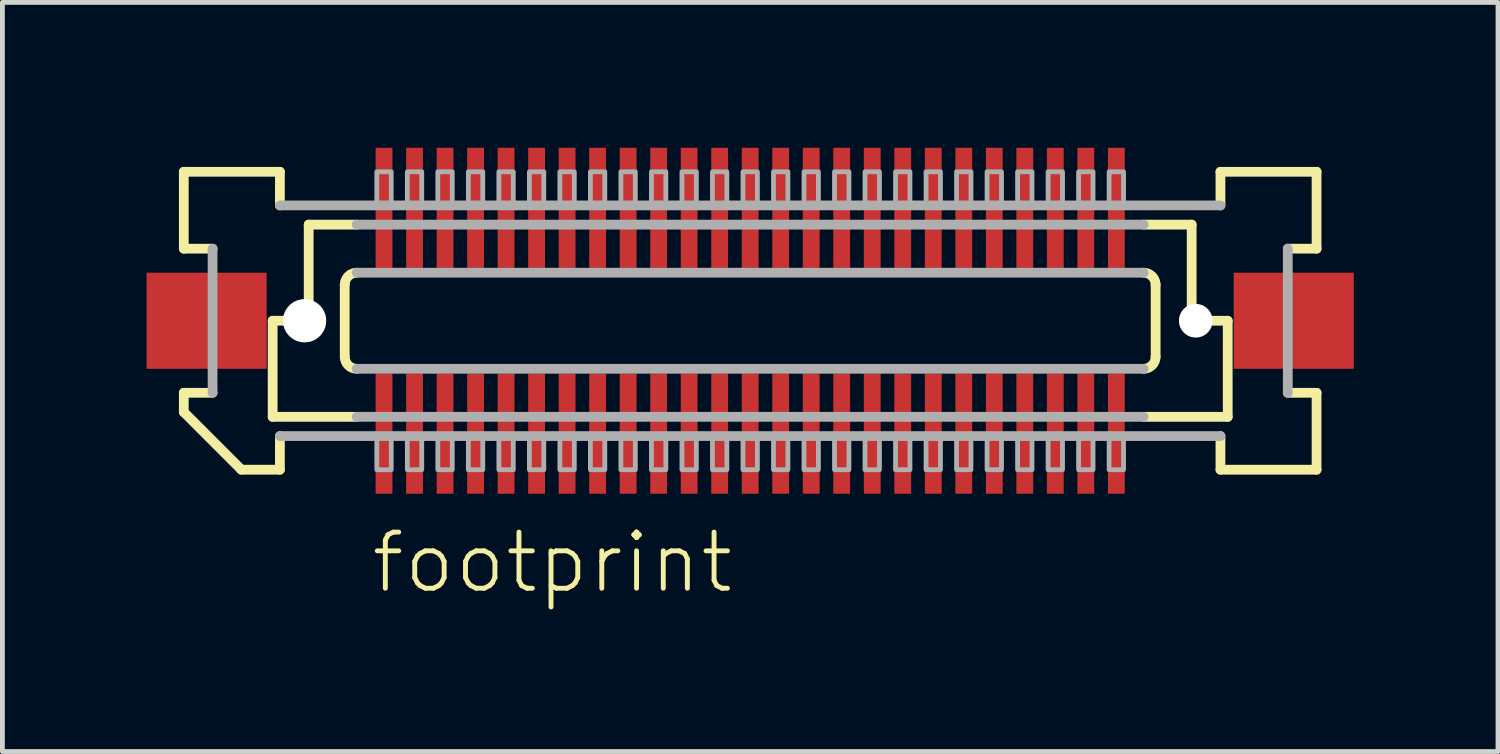
<source format=kicad_pcb>
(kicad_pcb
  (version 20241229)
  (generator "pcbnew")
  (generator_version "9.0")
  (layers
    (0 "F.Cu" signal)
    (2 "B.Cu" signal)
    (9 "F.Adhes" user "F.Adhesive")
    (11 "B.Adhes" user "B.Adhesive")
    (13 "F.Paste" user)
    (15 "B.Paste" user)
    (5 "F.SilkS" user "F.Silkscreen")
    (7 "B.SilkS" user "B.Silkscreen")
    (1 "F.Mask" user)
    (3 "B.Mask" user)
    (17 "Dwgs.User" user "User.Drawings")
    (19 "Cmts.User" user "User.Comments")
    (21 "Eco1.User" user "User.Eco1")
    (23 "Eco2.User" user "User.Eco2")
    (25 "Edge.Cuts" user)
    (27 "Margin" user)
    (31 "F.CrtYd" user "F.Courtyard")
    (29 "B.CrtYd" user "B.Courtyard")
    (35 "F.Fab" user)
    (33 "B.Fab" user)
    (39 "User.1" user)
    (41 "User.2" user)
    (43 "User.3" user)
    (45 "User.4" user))
  (footprint "footprint"
    (layer "F.Cu")
    (at 12.562 3.625)
    (property "Reference" "footprint" (at -7.938 5.715 0) (layer "F.SilkS") (effects (font (size 1.168 1.168) (thickness 0.102)) (justify left bottom)))
    (fp_poly (pts (xy -7.82 3.625) (xy -7.42 3.625) (xy -7.42 1.075) (xy -7.82 1.075)) (stroke (width 0) (type solid)) (fill yes) (layer "F.Mask"))
    (fp_poly (pts (xy -7.42 -3.625) (xy -7.82 -3.625) (xy -7.82 -1.075) (xy -7.42 -1.075)) (stroke (width 0) (type solid)) (fill yes) (layer "F.Mask"))
    (fp_poly (pts (xy -7.185 3.625) (xy -6.785 3.625) (xy -6.785 1.075) (xy -7.185 1.075)) (stroke (width 0) (type solid)) (fill yes) (layer "F.Mask"))
    (fp_poly (pts (xy -6.785 -3.625) (xy -7.185 -3.625) (xy -7.185 -1.075) (xy -6.785 -1.075)) (stroke (width 0) (type solid)) (fill yes) (layer "F.Mask"))
    (fp_poly (pts (xy -6.55 3.625) (xy -6.15 3.625) (xy -6.15 1.075) (xy -6.55 1.075)) (stroke (width 0) (type solid)) (fill yes) (layer "F.Mask"))
    (fp_poly (pts (xy -6.15 -3.625) (xy -6.55 -3.625) (xy -6.55 -1.075) (xy -6.15 -1.075)) (stroke (width 0) (type solid)) (fill yes) (layer "F.Mask"))
    (fp_poly (pts (xy -5.915 3.625) (xy -5.515 3.625) (xy -5.515 1.075) (xy -5.915 1.075)) (stroke (width 0) (type solid)) (fill yes) (layer "F.Mask"))
    (fp_poly (pts (xy -5.515 -3.625) (xy -5.915 -3.625) (xy -5.915 -1.075) (xy -5.515 -1.075)) (stroke (width 0) (type solid)) (fill yes) (layer "F.Mask"))
    (fp_poly (pts (xy -5.28 3.625) (xy -4.88 3.625) (xy -4.88 1.075) (xy -5.28 1.075)) (stroke (width 0) (type solid)) (fill yes) (layer "F.Mask"))
    (fp_poly (pts (xy -4.88 -3.625) (xy -5.28 -3.625) (xy -5.28 -1.075) (xy -4.88 -1.075)) (stroke (width 0) (type solid)) (fill yes) (layer "F.Mask"))
    (fp_poly (pts (xy -4.645 3.625) (xy -4.245 3.625) (xy -4.245 1.075) (xy -4.645 1.075)) (stroke (width 0) (type solid)) (fill yes) (layer "F.Mask"))
    (fp_poly (pts (xy -4.245 -3.625) (xy -4.645 -3.625) (xy -4.645 -1.075) (xy -4.245 -1.075)) (stroke (width 0) (type solid)) (fill yes) (layer "F.Mask"))
    (fp_poly (pts (xy -4.01 3.625) (xy -3.61 3.625) (xy -3.61 1.075) (xy -4.01 1.075)) (stroke (width 0) (type solid)) (fill yes) (layer "F.Mask"))
    (fp_poly (pts (xy -3.61 -3.625) (xy -4.01 -3.625) (xy -4.01 -1.075) (xy -3.61 -1.075)) (stroke (width 0) (type solid)) (fill yes) (layer "F.Mask"))
    (fp_poly (pts (xy -3.375 3.625) (xy -2.975 3.625) (xy -2.975 1.075) (xy -3.375 1.075)) (stroke (width 0) (type solid)) (fill yes) (layer "F.Mask"))
    (fp_poly (pts (xy -2.975 -3.625) (xy -3.375 -3.625) (xy -3.375 -1.075) (xy -2.975 -1.075)) (stroke (width 0) (type solid)) (fill yes) (layer "F.Mask"))
    (fp_poly (pts (xy -2.74 3.625) (xy -2.34 3.625) (xy -2.34 1.075) (xy -2.74 1.075)) (stroke (width 0) (type solid)) (fill yes) (layer "F.Mask"))
    (fp_poly (pts (xy -2.34 -3.625) (xy -2.74 -3.625) (xy -2.74 -1.075) (xy -2.34 -1.075)) (stroke (width 0) (type solid)) (fill yes) (layer "F.Mask"))
    (fp_poly (pts (xy -2.105 3.625) (xy -1.705 3.625) (xy -1.705 1.075) (xy -2.105 1.075)) (stroke (width 0) (type solid)) (fill yes) (layer "F.Mask"))
    (fp_poly (pts (xy -1.705 -3.625) (xy -2.105 -3.625) (xy -2.105 -1.075) (xy -1.705 -1.075)) (stroke (width 0) (type solid)) (fill yes) (layer "F.Mask"))
    (fp_poly (pts (xy -1.47 3.625) (xy -1.07 3.625) (xy -1.07 1.075) (xy -1.47 1.075)) (stroke (width 0) (type solid)) (fill yes) (layer "F.Mask"))
    (fp_poly (pts (xy -1.07 -3.625) (xy -1.47 -3.625) (xy -1.47 -1.075) (xy -1.07 -1.075)) (stroke (width 0) (type solid)) (fill yes) (layer "F.Mask"))
    (fp_poly (pts (xy -0.835 3.625) (xy -0.435 3.625) (xy -0.435 1.075) (xy -0.835 1.075)) (stroke (width 0) (type solid)) (fill yes) (layer "F.Mask"))
    (fp_poly (pts (xy -0.435 -3.625) (xy -0.835 -3.625) (xy -0.835 -1.075) (xy -0.435 -1.075)) (stroke (width 0) (type solid)) (fill yes) (layer "F.Mask"))
    (fp_poly (pts (xy -0.2 3.625) (xy 0.2 3.625) (xy 0.2 1.075) (xy -0.2 1.075)) (stroke (width 0) (type solid)) (fill yes) (layer "F.Mask"))
    (fp_poly (pts (xy 0.2 -3.625) (xy -0.2 -3.625) (xy -0.2 -1.075) (xy 0.2 -1.075)) (stroke (width 0) (type solid)) (fill yes) (layer "F.Mask"))
    (fp_poly (pts (xy 0.435 3.625) (xy 0.835 3.625) (xy 0.835 1.075) (xy 0.435 1.075)) (stroke (width 0) (type solid)) (fill yes) (layer "F.Mask"))
    (fp_poly (pts (xy 0.835 -3.625) (xy 0.435 -3.625) (xy 0.435 -1.075) (xy 0.835 -1.075)) (stroke (width 0) (type solid)) (fill yes) (layer "F.Mask"))
    (fp_poly (pts (xy 1.07 3.625) (xy 1.47 3.625) (xy 1.47 1.075) (xy 1.07 1.075)) (stroke (width 0) (type solid)) (fill yes) (layer "F.Mask"))
    (fp_poly (pts (xy 1.47 -3.625) (xy 1.07 -3.625) (xy 1.07 -1.075) (xy 1.47 -1.075)) (stroke (width 0) (type solid)) (fill yes) (layer "F.Mask"))
    (fp_poly (pts (xy 1.705 3.625) (xy 2.105 3.625) (xy 2.105 1.075) (xy 1.705 1.075)) (stroke (width 0) (type solid)) (fill yes) (layer "F.Mask"))
    (fp_poly (pts (xy 2.105 -3.625) (xy 1.705 -3.625) (xy 1.705 -1.075) (xy 2.105 -1.075)) (stroke (width 0) (type solid)) (fill yes) (layer "F.Mask"))
    (fp_poly (pts (xy 2.34 3.625) (xy 2.74 3.625) (xy 2.74 1.075) (xy 2.34 1.075)) (stroke (width 0) (type solid)) (fill yes) (layer "F.Mask"))
    (fp_poly (pts (xy 2.74 -3.625) (xy 2.34 -3.625) (xy 2.34 -1.075) (xy 2.74 -1.075)) (stroke (width 0) (type solid)) (fill yes) (layer "F.Mask"))
    (fp_poly (pts (xy 2.975 3.625) (xy 3.375 3.625) (xy 3.375 1.075) (xy 2.975 1.075)) (stroke (width 0) (type solid)) (fill yes) (layer "F.Mask"))
    (fp_poly (pts (xy 3.375 -3.625) (xy 2.975 -3.625) (xy 2.975 -1.075) (xy 3.375 -1.075)) (stroke (width 0) (type solid)) (fill yes) (layer "F.Mask"))
    (fp_poly (pts (xy 3.61 3.625) (xy 4.01 3.625) (xy 4.01 1.075) (xy 3.61 1.075)) (stroke (width 0) (type solid)) (fill yes) (layer "F.Mask"))
    (fp_poly (pts (xy 4.01 -3.625) (xy 3.61 -3.625) (xy 3.61 -1.075) (xy 4.01 -1.075)) (stroke (width 0) (type solid)) (fill yes) (layer "F.Mask"))
    (fp_poly (pts (xy 4.245 3.625) (xy 4.645 3.625) (xy 4.645 1.075) (xy 4.245 1.075)) (stroke (width 0) (type solid)) (fill yes) (layer "F.Mask"))
    (fp_poly (pts (xy 4.645 -3.625) (xy 4.245 -3.625) (xy 4.245 -1.075) (xy 4.645 -1.075)) (stroke (width 0) (type solid)) (fill yes) (layer "F.Mask"))
    (fp_poly (pts (xy 4.88 3.625) (xy 5.28 3.625) (xy 5.28 1.075) (xy 4.88 1.075)) (stroke (width 0) (type solid)) (fill yes) (layer "F.Mask"))
    (fp_poly (pts (xy 5.28 -3.625) (xy 4.88 -3.625) (xy 4.88 -1.075) (xy 5.28 -1.075)) (stroke (width 0) (type solid)) (fill yes) (layer "F.Mask"))
    (fp_poly (pts (xy 5.515 3.625) (xy 5.915 3.625) (xy 5.915 1.075) (xy 5.515 1.075)) (stroke (width 0) (type solid)) (fill yes) (layer "F.Mask"))
    (fp_poly (pts (xy 5.915 -3.625) (xy 5.515 -3.625) (xy 5.515 -1.075) (xy 5.915 -1.075)) (stroke (width 0) (type solid)) (fill yes) (layer "F.Mask"))
    (fp_poly (pts (xy 6.15 3.625) (xy 6.55 3.625) (xy 6.55 1.075) (xy 6.15 1.075)) (stroke (width 0) (type solid)) (fill yes) (layer "F.Mask"))
    (fp_poly (pts (xy 6.55 -3.625) (xy 6.15 -3.625) (xy 6.15 -1.075) (xy 6.55 -1.075)) (stroke (width 0) (type solid)) (fill yes) (layer "F.Mask"))
    (fp_poly (pts (xy 6.785 3.625) (xy 7.185 3.625) (xy 7.185 1.075) (xy 6.785 1.075)) (stroke (width 0) (type solid)) (fill yes) (layer "F.Mask"))
    (fp_poly (pts (xy 7.185 -3.625) (xy 6.785 -3.625) (xy 6.785 -1.075) (xy 7.185 -1.075)) (stroke (width 0) (type solid)) (fill yes) (layer "F.Mask"))
    (fp_poly (pts (xy 7.42 3.625) (xy 7.82 3.625) (xy 7.82 1.075) (xy 7.42 1.075)) (stroke (width 0) (type solid)) (fill yes) (layer "F.Mask"))
    (fp_poly (pts (xy 7.82 -3.625) (xy 7.42 -3.625) (xy 7.42 -1.075) (xy 7.82 -1.075)) (stroke (width 0) (type solid)) (fill yes) (layer "F.Mask"))
    (fp_line (start -11.787 -3.1) (end -9.787 -3.1) (stroke (width 0.203) (type solid)) (layer "F.SilkS"))
    (fp_line (start -11.787 -1.5) (end -11.787 -3.1) (stroke (width 0.203) (type solid)) (layer "F.SilkS"))
    (fp_line (start -11.787 1.5) (end -11.188 1.5) (stroke (width 0.203) (type solid)) (layer "F.SilkS"))
    (fp_line (start -11.787 1.9) (end -11.787 1.5) (stroke (width 0.203) (type solid)) (layer "F.SilkS"))
    (fp_line (start -11.188 -1.5) (end -11.787 -1.5) (stroke (width 0.203) (type solid)) (layer "F.SilkS"))
    (fp_line (start -10.588 3.1) (end -11.787 1.9) (stroke (width 0.203) (type solid)) (layer "F.SilkS"))
    (fp_line (start -9.938 0) (end -9.938 2) (stroke (width 0.203) (type solid)) (layer "F.SilkS"))
    (fp_line (start -9.938 2) (end -8.188 2) (stroke (width 0.203) (type solid)) (layer "F.SilkS"))
    (fp_line (start -9.787 -3.1) (end -9.787 -2.4) (stroke (width 0.203) (type solid)) (layer "F.SilkS"))
    (fp_line (start -9.787 2.4) (end -9.787 3.1) (stroke (width 0.203) (type solid)) (layer "F.SilkS"))
    (fp_line (start -9.787 3.1) (end -10.588 3.1) (stroke (width 0.203) (type solid)) (layer "F.SilkS"))
    (fp_line (start -9.188 -2) (end -9.188 0) (stroke (width 0.203) (type solid)) (layer "F.SilkS"))
    (fp_line (start -9.188 0) (end -9.938 0) (stroke (width 0.203) (type solid)) (layer "F.SilkS"))
    (fp_line (start -8.438 0.75) (end -8.438 -0.75) (stroke (width 0.203) (type solid)) (layer "F.SilkS"))
    (fp_line (start -8.188 -2) (end -9.188 -2) (stroke (width 0.203) (type solid)) (layer "F.SilkS"))
    (fp_line (start 8.188 2) (end 9.938 2) (stroke (width 0.203) (type solid)) (layer "F.SilkS"))
    (fp_line (start 8.438 -0.75) (end 8.438 0.75) (stroke (width 0.203) (type solid)) (layer "F.SilkS"))
    (fp_line (start 9.188 -2) (end 8.188 -2) (stroke (width 0.203) (type solid)) (layer "F.SilkS"))
    (fp_line (start 9.188 -2) (end 9.188 0) (stroke (width 0.203) (type solid)) (layer "F.SilkS"))
    (fp_line (start 9.787 -3.1) (end 11.787 -3.1) (stroke (width 0.203) (type solid)) (layer "F.SilkS"))
    (fp_line (start 9.787 -2.4) (end 9.787 -3.1) (stroke (width 0.203) (type solid)) (layer "F.SilkS"))
    (fp_line (start 9.787 3.1) (end 9.787 2.4) (stroke (width 0.203) (type solid)) (layer "F.SilkS"))
    (fp_line (start 9.938 0) (end 9.188 0) (stroke (width 0.203) (type solid)) (layer "F.SilkS"))
    (fp_line (start 9.938 0) (end 9.938 2) (stroke (width 0.203) (type solid)) (layer "F.SilkS"))
    (fp_line (start 11.188 1.5) (end 11.787 1.5) (stroke (width 0.203) (type solid)) (layer "F.SilkS"))
    (fp_line (start 11.787 -3.1) (end 11.787 -1.5) (stroke (width 0.203) (type solid)) (layer "F.SilkS"))
    (fp_line (start 11.787 -1.5) (end 11.188 -1.5) (stroke (width 0.203) (type solid)) (layer "F.SilkS"))
    (fp_line (start 11.787 1.5) (end 11.787 3.1) (stroke (width 0.203) (type solid)) (layer "F.SilkS"))
    (fp_line (start 11.787 3.1) (end 9.787 3.1) (stroke (width 0.203) (type solid)) (layer "F.SilkS"))
    (fp_arc (start -8.4375 -0.75) (mid -8.364277 -0.926777) (end -8.1875 -1) (stroke (width 0.2032) (type solid)) (layer "F.SilkS"))
    (fp_arc (start -8.1875 1) (mid -8.364277 0.926777) (end -8.4375 0.75) (stroke (width 0.2032) (type solid)) (layer "F.SilkS"))
    (fp_arc (start 8.1875 -1) (mid 8.364277 -0.926777) (end 8.4375 -0.75) (stroke (width 0.2032) (type solid)) (layer "F.SilkS"))
    (fp_arc (start 8.4375 0.75) (mid 8.364277 0.926777) (end 8.1875 1) (stroke (width 0.2032) (type solid)) (layer "F.SilkS"))
    (fp_line (start -11.188 1.5) (end -11.188 -1.5) (stroke (width 0.203) (type solid)) (layer "F.Fab"))
    (fp_line (start -9.787 -2.4) (end 9.787 -2.4) (stroke (width 0.203) (type solid)) (layer "F.Fab"))
    (fp_line (start -8.188 -1) (end 8.188 -1) (stroke (width 0.203) (type solid)) (layer "F.Fab"))
    (fp_line (start -8.188 2) (end 8.188 2) (stroke (width 0.203) (type solid)) (layer "F.Fab"))
    (fp_line (start 8.188 -2) (end -8.188 -2) (stroke (width 0.203) (type solid)) (layer "F.Fab"))
    (fp_line (start 8.188 1) (end -8.188 1) (stroke (width 0.203) (type solid)) (layer "F.Fab"))
    (fp_line (start 9.787 2.4) (end -9.787 2.4) (stroke (width 0.203) (type solid)) (layer "F.Fab"))
    (fp_line (start 11.188 -1.5) (end 11.188 1.5) (stroke (width 0.203) (type solid)) (layer "F.Fab"))
    (fp_poly (pts (xy -7.77 3.1) (xy -7.47 3.1) (xy -7.47 2.375) (xy -7.77 2.375)) (stroke (width 0.1) (type solid)) (fill no) (layer "F.Fab"))
    (fp_poly (pts (xy -7.47 -3.1) (xy -7.77 -3.1) (xy -7.77 -2.375) (xy -7.47 -2.375)) (stroke (width 0.1) (type solid)) (fill no) (layer "F.Fab"))
    (fp_poly (pts (xy -7.135 3.1) (xy -6.835 3.1) (xy -6.835 2.375) (xy -7.135 2.375)) (stroke (width 0.1) (type solid)) (fill no) (layer "F.Fab"))
    (fp_poly (pts (xy -6.835 -3.1) (xy -7.135 -3.1) (xy -7.135 -2.375) (xy -6.835 -2.375)) (stroke (width 0.1) (type solid)) (fill no) (layer "F.Fab"))
    (fp_poly (pts (xy -6.5 3.1) (xy -6.2 3.1) (xy -6.2 2.375) (xy -6.5 2.375)) (stroke (width 0.1) (type solid)) (fill no) (layer "F.Fab"))
    (fp_poly (pts (xy -6.2 -3.1) (xy -6.5 -3.1) (xy -6.5 -2.375) (xy -6.2 -2.375)) (stroke (width 0.1) (type solid)) (fill no) (layer "F.Fab"))
    (fp_poly (pts (xy -5.865 3.1) (xy -5.565 3.1) (xy -5.565 2.375) (xy -5.865 2.375)) (stroke (width 0.1) (type solid)) (fill no) (layer "F.Fab"))
    (fp_poly (pts (xy -5.565 -3.1) (xy -5.865 -3.1) (xy -5.865 -2.375) (xy -5.565 -2.375)) (stroke (width 0.1) (type solid)) (fill no) (layer "F.Fab"))
    (fp_poly (pts (xy -5.23 3.1) (xy -4.93 3.1) (xy -4.93 2.375) (xy -5.23 2.375)) (stroke (width 0.1) (type solid)) (fill no) (layer "F.Fab"))
    (fp_poly (pts (xy -4.93 -3.1) (xy -5.23 -3.1) (xy -5.23 -2.375) (xy -4.93 -2.375)) (stroke (width 0.1) (type solid)) (fill no) (layer "F.Fab"))
    (fp_poly (pts (xy -4.595 3.1) (xy -4.295 3.1) (xy -4.295 2.375) (xy -4.595 2.375)) (stroke (width 0.1) (type solid)) (fill no) (layer "F.Fab"))
    (fp_poly (pts (xy -4.295 -3.1) (xy -4.595 -3.1) (xy -4.595 -2.375) (xy -4.295 -2.375)) (stroke (width 0.1) (type solid)) (fill no) (layer "F.Fab"))
    (fp_poly (pts (xy -3.96 3.1) (xy -3.66 3.1) (xy -3.66 2.375) (xy -3.96 2.375)) (stroke (width 0.1) (type solid)) (fill no) (layer "F.Fab"))
    (fp_poly (pts (xy -3.66 -3.1) (xy -3.96 -3.1) (xy -3.96 -2.375) (xy -3.66 -2.375)) (stroke (width 0.1) (type solid)) (fill no) (layer "F.Fab"))
    (fp_poly (pts (xy -3.325 3.1) (xy -3.025 3.1) (xy -3.025 2.375) (xy -3.325 2.375)) (stroke (width 0.1) (type solid)) (fill no) (layer "F.Fab"))
    (fp_poly (pts (xy -3.025 -3.1) (xy -3.325 -3.1) (xy -3.325 -2.375) (xy -3.025 -2.375)) (stroke (width 0.1) (type solid)) (fill no) (layer "F.Fab"))
    (fp_poly (pts (xy -2.69 3.1) (xy -2.39 3.1) (xy -2.39 2.375) (xy -2.69 2.375)) (stroke (width 0.1) (type solid)) (fill no) (layer "F.Fab"))
    (fp_poly (pts (xy -2.39 -3.1) (xy -2.69 -3.1) (xy -2.69 -2.375) (xy -2.39 -2.375)) (stroke (width 0.1) (type solid)) (fill no) (layer "F.Fab"))
    (fp_poly (pts (xy -2.055 3.1) (xy -1.755 3.1) (xy -1.755 2.375) (xy -2.055 2.375)) (stroke (width 0.1) (type solid)) (fill no) (layer "F.Fab"))
    (fp_poly (pts (xy -1.755 -3.1) (xy -2.055 -3.1) (xy -2.055 -2.375) (xy -1.755 -2.375)) (stroke (width 0.1) (type solid)) (fill no) (layer "F.Fab"))
    (fp_poly (pts (xy -1.42 3.1) (xy -1.12 3.1) (xy -1.12 2.375) (xy -1.42 2.375)) (stroke (width 0.1) (type solid)) (fill no) (layer "F.Fab"))
    (fp_poly (pts (xy -1.12 -3.1) (xy -1.42 -3.1) (xy -1.42 -2.375) (xy -1.12 -2.375)) (stroke (width 0.1) (type solid)) (fill no) (layer "F.Fab"))
    (fp_poly (pts (xy -0.785 3.1) (xy -0.485 3.1) (xy -0.485 2.375) (xy -0.785 2.375)) (stroke (width 0.1) (type solid)) (fill no) (layer "F.Fab"))
    (fp_poly (pts (xy -0.485 -3.1) (xy -0.785 -3.1) (xy -0.785 -2.375) (xy -0.485 -2.375)) (stroke (width 0.1) (type solid)) (fill no) (layer "F.Fab"))
    (fp_poly (pts (xy -0.15 3.1) (xy 0.15 3.1) (xy 0.15 2.375) (xy -0.15 2.375)) (stroke (width 0.1) (type solid)) (fill no) (layer "F.Fab"))
    (fp_poly (pts (xy 0.15 -3.1) (xy -0.15 -3.1) (xy -0.15 -2.375) (xy 0.15 -2.375)) (stroke (width 0.1) (type solid)) (fill no) (layer "F.Fab"))
    (fp_poly (pts (xy 0.485 3.1) (xy 0.785 3.1) (xy 0.785 2.375) (xy 0.485 2.375)) (stroke (width 0.1) (type solid)) (fill no) (layer "F.Fab"))
    (fp_poly (pts (xy 0.785 -3.1) (xy 0.485 -3.1) (xy 0.485 -2.375) (xy 0.785 -2.375)) (stroke (width 0.1) (type solid)) (fill no) (layer "F.Fab"))
    (fp_poly (pts (xy 1.12 3.1) (xy 1.42 3.1) (xy 1.42 2.375) (xy 1.12 2.375)) (stroke (width 0.1) (type solid)) (fill no) (layer "F.Fab"))
    (fp_poly (pts (xy 1.42 -3.1) (xy 1.12 -3.1) (xy 1.12 -2.375) (xy 1.42 -2.375)) (stroke (width 0.1) (type solid)) (fill no) (layer "F.Fab"))
    (fp_poly (pts (xy 1.755 3.1) (xy 2.055 3.1) (xy 2.055 2.375) (xy 1.755 2.375)) (stroke (width 0.1) (type solid)) (fill no) (layer "F.Fab"))
    (fp_poly (pts (xy 2.055 -3.1) (xy 1.755 -3.1) (xy 1.755 -2.375) (xy 2.055 -2.375)) (stroke (width 0.1) (type solid)) (fill no) (layer "F.Fab"))
    (fp_poly (pts (xy 2.39 3.1) (xy 2.69 3.1) (xy 2.69 2.375) (xy 2.39 2.375)) (stroke (width 0.1) (type solid)) (fill no) (layer "F.Fab"))
    (fp_poly (pts (xy 2.69 -3.1) (xy 2.39 -3.1) (xy 2.39 -2.375) (xy 2.69 -2.375)) (stroke (width 0.1) (type solid)) (fill no) (layer "F.Fab"))
    (fp_poly (pts (xy 3.025 3.1) (xy 3.325 3.1) (xy 3.325 2.375) (xy 3.025 2.375)) (stroke (width 0.1) (type solid)) (fill no) (layer "F.Fab"))
    (fp_poly (pts (xy 3.325 -3.1) (xy 3.025 -3.1) (xy 3.025 -2.375) (xy 3.325 -2.375)) (stroke (width 0.1) (type solid)) (fill no) (layer "F.Fab"))
    (fp_poly (pts (xy 3.66 3.1) (xy 3.96 3.1) (xy 3.96 2.375) (xy 3.66 2.375)) (stroke (width 0.1) (type solid)) (fill no) (layer "F.Fab"))
    (fp_poly (pts (xy 3.96 -3.1) (xy 3.66 -3.1) (xy 3.66 -2.375) (xy 3.96 -2.375)) (stroke (width 0.1) (type solid)) (fill no) (layer "F.Fab"))
    (fp_poly (pts (xy 4.295 3.1) (xy 4.595 3.1) (xy 4.595 2.375) (xy 4.295 2.375)) (stroke (width 0.1) (type solid)) (fill no) (layer "F.Fab"))
    (fp_poly (pts (xy 4.595 -3.1) (xy 4.295 -3.1) (xy 4.295 -2.375) (xy 4.595 -2.375)) (stroke (width 0.1) (type solid)) (fill no) (layer "F.Fab"))
    (fp_poly (pts (xy 4.93 3.1) (xy 5.23 3.1) (xy 5.23 2.375) (xy 4.93 2.375)) (stroke (width 0.1) (type solid)) (fill no) (layer "F.Fab"))
    (fp_poly (pts (xy 5.23 -3.1) (xy 4.93 -3.1) (xy 4.93 -2.375) (xy 5.23 -2.375)) (stroke (width 0.1) (type solid)) (fill no) (layer "F.Fab"))
    (fp_poly (pts (xy 5.565 3.1) (xy 5.865 3.1) (xy 5.865 2.375) (xy 5.565 2.375)) (stroke (width 0.1) (type solid)) (fill no) (layer "F.Fab"))
    (fp_poly (pts (xy 5.865 -3.1) (xy 5.565 -3.1) (xy 5.565 -2.375) (xy 5.865 -2.375)) (stroke (width 0.1) (type solid)) (fill no) (layer "F.Fab"))
    (fp_poly (pts (xy 6.2 3.1) (xy 6.5 3.1) (xy 6.5 2.375) (xy 6.2 2.375)) (stroke (width 0.1) (type solid)) (fill no) (layer "F.Fab"))
    (fp_poly (pts (xy 6.5 -3.1) (xy 6.2 -3.1) (xy 6.2 -2.375) (xy 6.5 -2.375)) (stroke (width 0.1) (type solid)) (fill no) (layer "F.Fab"))
    (fp_poly (pts (xy 6.835 3.1) (xy 7.135 3.1) (xy 7.135 2.375) (xy 6.835 2.375)) (stroke (width 0.1) (type solid)) (fill no) (layer "F.Fab"))
    (fp_poly (pts (xy 7.135 -3.1) (xy 6.835 -3.1) (xy 6.835 -2.375) (xy 7.135 -2.375)) (stroke (width 0.1) (type solid)) (fill no) (layer "F.Fab"))
    (fp_poly (pts (xy 7.47 3.1) (xy 7.77 3.1) (xy 7.77 2.375) (xy 7.47 2.375)) (stroke (width 0.1) (type solid)) (fill no) (layer "F.Fab"))
    (fp_poly (pts (xy 7.77 -3.1) (xy 7.47 -3.1) (xy 7.47 -2.375) (xy 7.77 -2.375)) (stroke (width 0.1) (type solid)) (fill no) (layer "F.Fab"))
    (pad "" np_thru_hole circle (at -9.273 0) (size 0.9 0.9) (drill 0.9) (layers "*.Cu" "*.Mask"))
    (pad "" np_thru_hole circle (at 9.273 0) (size 0.7 0.7) (drill 0.7) (layers "*.Cu" "*.Mask"))
    (pad "1" smd rect (at -7.62 2.35) (size 0.35 2.5) (layers "F.Cu" "F.Paste"))
    (pad "2" smd rect (at -7.62 -2.35 180) (size 0.35 2.5) (layers "F.Cu" "F.Paste"))
    (pad "3" smd rect (at -6.985 2.35) (size 0.35 2.5) (layers "F.Cu" "F.Paste"))
    (pad "4" smd rect (at -6.985 -2.35 180) (size 0.35 2.5) (layers "F.Cu" "F.Paste"))
    (pad "5" smd rect (at -6.35 2.35) (size 0.35 2.5) (layers "F.Cu" "F.Paste"))
    (pad "6" smd rect (at -6.35 -2.35 180) (size 0.35 2.5) (layers "F.Cu" "F.Paste"))
    (pad "7" smd rect (at -5.715 2.35) (size 0.35 2.5) (layers "F.Cu" "F.Paste"))
    (pad "8" smd rect (at -5.715 -2.35 180) (size 0.35 2.5) (layers "F.Cu" "F.Paste"))
    (pad "9" smd rect (at -5.08 2.35) (size 0.35 2.5) (layers "F.Cu" "F.Paste"))
    (pad "10" smd rect (at -5.08 -2.35 180) (size 0.35 2.5) (layers "F.Cu" "F.Paste"))
    (pad "11" smd rect (at -4.445 2.35) (size 0.35 2.5) (layers "F.Cu" "F.Paste"))
    (pad "12" smd rect (at -4.445 -2.35 180) (size 0.35 2.5) (layers "F.Cu" "F.Paste"))
    (pad "13" smd rect (at -3.81 2.35) (size 0.35 2.5) (layers "F.Cu" "F.Paste"))
    (pad "14" smd rect (at -3.81 -2.35 180) (size 0.35 2.5) (layers "F.Cu" "F.Paste"))
    (pad "15" smd rect (at -3.175 2.35) (size 0.35 2.5) (layers "F.Cu" "F.Paste"))
    (pad "16" smd rect (at -3.175 -2.35 180) (size 0.35 2.5) (layers "F.Cu" "F.Paste"))
    (pad "17" smd rect (at -2.54 2.35) (size 0.35 2.5) (layers "F.Cu" "F.Paste"))
    (pad "18" smd rect (at -2.54 -2.35 180) (size 0.35 2.5) (layers "F.Cu" "F.Paste"))
    (pad "19" smd rect (at -1.905 2.35) (size 0.35 2.5) (layers "F.Cu" "F.Paste"))
    (pad "20" smd rect (at -1.905 -2.35 180) (size 0.35 2.5) (layers "F.Cu" "F.Paste"))
    (pad "21" smd rect (at -1.27 2.35) (size 0.35 2.5) (layers "F.Cu" "F.Paste"))
    (pad "22" smd rect (at -1.27 -2.35 180) (size 0.35 2.5) (layers "F.Cu" "F.Paste"))
    (pad "23" smd rect (at -0.635 2.35) (size 0.35 2.5) (layers "F.Cu" "F.Paste"))
    (pad "24" smd rect (at -0.635 -2.35 180) (size 0.35 2.5) (layers "F.Cu" "F.Paste"))
    (pad "25" smd rect (at 0 2.35) (size 0.35 2.5) (layers "F.Cu" "F.Paste"))
    (pad "26" smd rect (at 0 -2.35 180) (size 0.35 2.5) (layers "F.Cu" "F.Paste"))
    (pad "27" smd rect (at 0.635 2.35) (size 0.35 2.5) (layers "F.Cu" "F.Paste"))
    (pad "28" smd rect (at 0.635 -2.35 180) (size 0.35 2.5) (layers "F.Cu" "F.Paste"))
    (pad "29" smd rect (at 1.27 2.35) (size 0.35 2.5) (layers "F.Cu" "F.Paste"))
    (pad "30" smd rect (at 1.27 -2.35 180) (size 0.35 2.5) (layers "F.Cu" "F.Paste"))
    (pad "31" smd rect (at 1.905 2.35) (size 0.35 2.5) (layers "F.Cu" "F.Paste"))
    (pad "32" smd rect (at 1.905 -2.35 180) (size 0.35 2.5) (layers "F.Cu" "F.Paste"))
    (pad "33" smd rect (at 2.54 2.35) (size 0.35 2.5) (layers "F.Cu" "F.Paste"))
    (pad "34" smd rect (at 2.54 -2.35 180) (size 0.35 2.5) (layers "F.Cu" "F.Paste"))
    (pad "35" smd rect (at 3.175 2.35) (size 0.35 2.5) (layers "F.Cu" "F.Paste"))
    (pad "36" smd rect (at 3.175 -2.35 180) (size 0.35 2.5) (layers "F.Cu" "F.Paste"))
    (pad "37" smd rect (at 3.81 2.35) (size 0.35 2.5) (layers "F.Cu" "F.Paste"))
    (pad "38" smd rect (at 3.81 -2.35 180) (size 0.35 2.5) (layers "F.Cu" "F.Paste"))
    (pad "39" smd rect (at 4.445 2.35) (size 0.35 2.5) (layers "F.Cu" "F.Paste"))
    (pad "40" smd rect (at 4.445 -2.35 180) (size 0.35 2.5) (layers "F.Cu" "F.Paste"))
    (pad "41" smd rect (at 5.08 2.35) (size 0.35 2.5) (layers "F.Cu" "F.Paste"))
    (pad "42" smd rect (at 5.08 -2.35 180) (size 0.35 2.5) (layers "F.Cu" "F.Paste"))
    (pad "43" smd rect (at 5.715 2.35) (size 0.35 2.5) (layers "F.Cu" "F.Paste"))
    (pad "44" smd rect (at 5.715 -2.35 180) (size 0.35 2.5) (layers "F.Cu" "F.Paste"))
    (pad "45" smd rect (at 6.35 2.35) (size 0.35 2.5) (layers "F.Cu" "F.Paste"))
    (pad "46" smd rect (at 6.35 -2.35 180) (size 0.35 2.5) (layers "F.Cu" "F.Paste"))
    (pad "47" smd rect (at 6.985 2.35) (size 0.35 2.5) (layers "F.Cu" "F.Paste"))
    (pad "48" smd rect (at 6.985 -2.35 180) (size 0.35 2.5) (layers "F.Cu" "F.Paste"))
    (pad "49" smd rect (at 7.62 2.35) (size 0.35 2.5) (layers "F.Cu" "F.Paste"))
    (pad "50" smd rect (at 7.62 -2.35 180) (size 0.35 2.5) (layers "F.Cu" "F.Paste"))
    (pad "M1" smd rect (at -11.312 0) (size 2.5 2) (layers "F.Cu" "F.Mask" "F.Paste"))
    (pad "M2" smd rect (at 11.312 0 180) (size 2.5 2) (layers "F.Cu" "F.Mask" "F.Paste")))
  (gr_rect
    (start -3 -3)
    (end 28.125 12.59)
    (stroke (width 0.1) (type default))
    (fill no)
    (layer "Edge.Cuts")))
</source>
